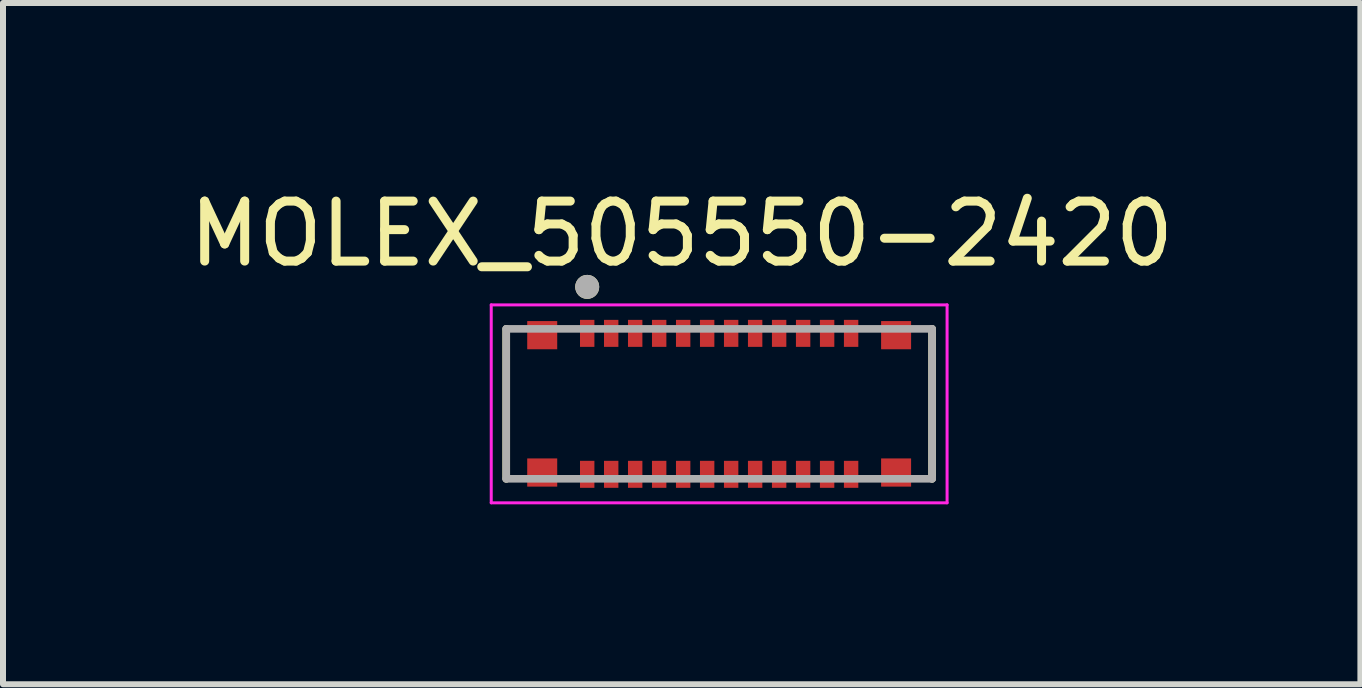
<source format=kicad_pcb>
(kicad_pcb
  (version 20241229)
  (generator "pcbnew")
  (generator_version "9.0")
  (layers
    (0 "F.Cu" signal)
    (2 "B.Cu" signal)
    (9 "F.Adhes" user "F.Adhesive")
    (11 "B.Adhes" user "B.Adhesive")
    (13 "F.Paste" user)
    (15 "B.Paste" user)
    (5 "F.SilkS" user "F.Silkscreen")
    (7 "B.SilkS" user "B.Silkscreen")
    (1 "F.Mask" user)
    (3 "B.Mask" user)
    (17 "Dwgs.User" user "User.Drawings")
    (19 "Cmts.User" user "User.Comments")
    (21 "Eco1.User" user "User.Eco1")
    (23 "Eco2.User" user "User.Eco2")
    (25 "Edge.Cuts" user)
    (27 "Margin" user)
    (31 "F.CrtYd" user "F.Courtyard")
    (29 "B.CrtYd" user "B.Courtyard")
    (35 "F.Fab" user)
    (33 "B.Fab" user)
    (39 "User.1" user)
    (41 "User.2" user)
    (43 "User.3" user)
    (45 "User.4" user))
  (footprint "MOLEX_505550-2420"
    (layer "F.Cu")
    (at 8.94 3.683)
    (property "Reference" "MOLEX_505550-2420" (at -0.625 -2.835 0) (layer "F.SilkS") (effects (font (size 1 1) (thickness 0.15))))
    (attr smd)
    (fp_poly (pts (xy -2.37 -1.45) (xy -2.03 -1.45) (xy -2.03 -0.9) (xy -2.37 -0.9)) (stroke (width 0.01) (type solid)) (fill yes) (layer "F.Mask"))
    (fp_poly (pts (xy -2.37 0.9) (xy -2.03 0.9) (xy -2.03 1.45) (xy -2.37 1.45)) (stroke (width 0.01) (type solid)) (fill yes) (layer "F.Mask"))
    (fp_poly (pts (xy -1.97 -1.45) (xy -1.63 -1.45) (xy -1.63 -0.9) (xy -1.97 -0.9)) (stroke (width 0.01) (type solid)) (fill yes) (layer "F.Mask"))
    (fp_poly (pts (xy -1.97 0.9) (xy -1.63 0.9) (xy -1.63 1.45) (xy -1.97 1.45)) (stroke (width 0.01) (type solid)) (fill yes) (layer "F.Mask"))
    (fp_poly (pts (xy -1.57 -1.45) (xy -1.23 -1.45) (xy -1.23 -0.9) (xy -1.57 -0.9)) (stroke (width 0.01) (type solid)) (fill yes) (layer "F.Mask"))
    (fp_poly (pts (xy -1.57 0.9) (xy -1.23 0.9) (xy -1.23 1.45) (xy -1.57 1.45)) (stroke (width 0.01) (type solid)) (fill yes) (layer "F.Mask"))
    (fp_poly (pts (xy -1.17 -1.45) (xy -0.83 -1.45) (xy -0.83 -0.9) (xy -1.17 -0.9)) (stroke (width 0.01) (type solid)) (fill yes) (layer "F.Mask"))
    (fp_poly (pts (xy -1.17 0.9) (xy -0.83 0.9) (xy -0.83 1.45) (xy -1.17 1.45)) (stroke (width 0.01) (type solid)) (fill yes) (layer "F.Mask"))
    (fp_poly (pts (xy -0.77 -1.45) (xy -0.43 -1.45) (xy -0.43 -0.9) (xy -0.77 -0.9)) (stroke (width 0.01) (type solid)) (fill yes) (layer "F.Mask"))
    (fp_poly (pts (xy -0.77 0.9) (xy -0.43 0.9) (xy -0.43 1.45) (xy -0.77 1.45)) (stroke (width 0.01) (type solid)) (fill yes) (layer "F.Mask"))
    (fp_poly (pts (xy -0.37 -1.45) (xy -0.03 -1.45) (xy -0.03 -0.9) (xy -0.37 -0.9)) (stroke (width 0.01) (type solid)) (fill yes) (layer "F.Mask"))
    (fp_poly (pts (xy -0.37 0.9) (xy -0.03 0.9) (xy -0.03 1.45) (xy -0.37 1.45)) (stroke (width 0.01) (type solid)) (fill yes) (layer "F.Mask"))
    (fp_poly (pts (xy 0.03 -1.45) (xy 0.37 -1.45) (xy 0.37 -0.9) (xy 0.03 -0.9)) (stroke (width 0.01) (type solid)) (fill yes) (layer "F.Mask"))
    (fp_poly (pts (xy 0.03 0.9) (xy 0.37 0.9) (xy 0.37 1.45) (xy 0.03 1.45)) (stroke (width 0.01) (type solid)) (fill yes) (layer "F.Mask"))
    (fp_poly (pts (xy 0.43 -1.45) (xy 0.77 -1.45) (xy 0.77 -0.9) (xy 0.43 -0.9)) (stroke (width 0.01) (type solid)) (fill yes) (layer "F.Mask"))
    (fp_poly (pts (xy 0.43 0.9) (xy 0.77 0.9) (xy 0.77 1.45) (xy 0.43 1.45)) (stroke (width 0.01) (type solid)) (fill yes) (layer "F.Mask"))
    (fp_poly (pts (xy 0.83 -1.45) (xy 1.17 -1.45) (xy 1.17 -0.9) (xy 0.83 -0.9)) (stroke (width 0.01) (type solid)) (fill yes) (layer "F.Mask"))
    (fp_poly (pts (xy 0.83 0.9) (xy 1.17 0.9) (xy 1.17 1.45) (xy 0.83 1.45)) (stroke (width 0.01) (type solid)) (fill yes) (layer "F.Mask"))
    (fp_poly (pts (xy 1.23 -1.45) (xy 1.57 -1.45) (xy 1.57 -0.9) (xy 1.23 -0.9)) (stroke (width 0.01) (type solid)) (fill yes) (layer "F.Mask"))
    (fp_poly (pts (xy 1.23 0.9) (xy 1.57 0.9) (xy 1.57 1.45) (xy 1.23 1.45)) (stroke (width 0.01) (type solid)) (fill yes) (layer "F.Mask"))
    (fp_poly (pts (xy 1.63 -1.45) (xy 1.97 -1.45) (xy 1.97 -0.9) (xy 1.63 -0.9)) (stroke (width 0.01) (type solid)) (fill yes) (layer "F.Mask"))
    (fp_poly (pts (xy 1.63 0.9) (xy 1.97 0.9) (xy 1.97 1.45) (xy 1.63 1.45)) (stroke (width 0.01) (type solid)) (fill yes) (layer "F.Mask"))
    (fp_poly (pts (xy 2.03 -1.45) (xy 2.37 -1.45) (xy 2.37 -0.9) (xy 2.03 -0.9)) (stroke (width 0.01) (type solid)) (fill yes) (layer "F.Mask"))
    (fp_poly (pts (xy 2.03 0.9) (xy 2.37 0.9) (xy 2.37 1.45) (xy 2.03 1.45)) (stroke (width 0.01) (type solid)) (fill yes) (layer "F.Mask"))
    (fp_line (start -3.55 1.25) (end -3.55 -1.25) (stroke (width 0.127) (type solid)) (layer "F.SilkS"))
    (fp_line (start 3.55 1.25) (end 3.55 -1.25) (stroke (width 0.127) (type solid)) (layer "F.SilkS"))
    (fp_circle (center -2.2 -1.95) (end -2.1 -1.95) (stroke (width 0.2) (type solid)) (fill no) (layer "F.SilkS"))
    (fp_line (start -3.8 -1.65) (end -3.8 1.65) (stroke (width 0.05) (type solid)) (layer "F.CrtYd"))
    (fp_line (start -3.8 1.65) (end 3.8 1.65) (stroke (width 0.05) (type solid)) (layer "F.CrtYd"))
    (fp_line (start 3.8 -1.65) (end -3.8 -1.65) (stroke (width 0.05) (type solid)) (layer "F.CrtYd"))
    (fp_line (start 3.8 1.65) (end 3.8 -1.65) (stroke (width 0.05) (type solid)) (layer "F.CrtYd"))
    (fp_line (start -3.55 -1.25) (end 3.55 -1.25) (stroke (width 0.127) (type solid)) (layer "F.Fab"))
    (fp_line (start -3.55 1.25) (end -3.55 -1.25) (stroke (width 0.127) (type solid)) (layer "F.Fab"))
    (fp_line (start 3.55 -1.25) (end 3.55 1.25) (stroke (width 0.127) (type solid)) (layer "F.Fab"))
    (fp_line (start 3.55 1.25) (end -3.55 1.25) (stroke (width 0.127) (type solid)) (layer "F.Fab"))
    (fp_circle (center -2.2 -1.95) (end -2.1 -1.95) (stroke (width 0.2) (type solid)) (fill no) (layer "F.Fab"))
    (pad "1" smd rect (at -2.2 -1.175) (size 0.24 0.45) (layers "F.Cu" "F.Paste"))
    (pad "2" smd rect (at -2.2 1.175) (size 0.24 0.45) (layers "F.Cu" "F.Paste"))
    (pad "3" smd rect (at -1.8 -1.175) (size 0.24 0.45) (layers "F.Cu" "F.Paste"))
    (pad "4" smd rect (at -1.8 1.175) (size 0.24 0.45) (layers "F.Cu" "F.Paste"))
    (pad "5" smd rect (at -1.4 -1.175) (size 0.24 0.45) (layers "F.Cu" "F.Paste"))
    (pad "6" smd rect (at -1.4 1.175) (size 0.24 0.45) (layers "F.Cu" "F.Paste"))
    (pad "7" smd rect (at -1 -1.175) (size 0.24 0.45) (layers "F.Cu" "F.Paste"))
    (pad "8" smd rect (at -1 1.175) (size 0.24 0.45) (layers "F.Cu" "F.Paste"))
    (pad "9" smd rect (at -0.6 -1.175) (size 0.24 0.45) (layers "F.Cu" "F.Paste"))
    (pad "10" smd rect (at -0.6 1.175) (size 0.24 0.45) (layers "F.Cu" "F.Paste"))
    (pad "11" smd rect (at -0.2 -1.175) (size 0.24 0.45) (layers "F.Cu" "F.Paste"))
    (pad "12" smd rect (at -0.2 1.175) (size 0.24 0.45) (layers "F.Cu" "F.Paste"))
    (pad "13" smd rect (at 0.2 -1.175) (size 0.24 0.45) (layers "F.Cu" "F.Paste"))
    (pad "14" smd rect (at 0.2 1.175) (size 0.24 0.45) (layers "F.Cu" "F.Paste"))
    (pad "15" smd rect (at 0.6 -1.175) (size 0.24 0.45) (layers "F.Cu" "F.Paste"))
    (pad "16" smd rect (at 0.6 1.175) (size 0.24 0.45) (layers "F.Cu" "F.Paste"))
    (pad "17" smd rect (at 1 -1.175) (size 0.24 0.45) (layers "F.Cu" "F.Paste"))
    (pad "18" smd rect (at 1 1.175) (size 0.24 0.45) (layers "F.Cu" "F.Paste"))
    (pad "19" smd rect (at 1.4 -1.175) (size 0.24 0.45) (layers "F.Cu" "F.Paste"))
    (pad "20" smd rect (at 1.4 1.175) (size 0.24 0.45) (layers "F.Cu" "F.Paste"))
    (pad "21" smd rect (at 1.8 -1.175) (size 0.24 0.45) (layers "F.Cu" "F.Paste"))
    (pad "22" smd rect (at 1.8 1.175) (size 0.24 0.45) (layers "F.Cu" "F.Paste"))
    (pad "23" smd rect (at 2.2 -1.175) (size 0.24 0.45) (layers "F.Cu" "F.Paste"))
    (pad "24" smd rect (at 2.2 1.175) (size 0.24 0.45) (layers "F.Cu" "F.Paste"))
    (pad "SH1" smd rect (at -2.95 1.145) (size 0.5 0.47) (layers "F.Cu" "F.Mask" "F.Paste"))
    (pad "SH2" smd rect (at 2.95 1.145) (size 0.5 0.47) (layers "F.Cu" "F.Mask" "F.Paste"))
    (pad "SH3" smd rect (at -2.95 -1.145) (size 0.5 0.47) (layers "F.Cu" "F.Mask" "F.Paste"))
    (pad "SH4" smd rect (at 2.95 -1.145) (size 0.5 0.47) (layers "F.Cu" "F.Mask" "F.Paste"))
    (zone (net_name "") (layer "F.Cu") (hatch full 0.508) (connect_pads) (min_thickness 0.01) (filled_areas_thickness no) (keepout (tracks not_allowed) (vias not_allowed) (pads not_allowed) (copperpour not_allowed) (footprints allowed)) (placement (enabled no)) (fill) (polygon (pts (xy 6.565 2.733) (xy 6.915 2.733) (xy 6.915 3.463) (xy 6.565 3.463))))
    (zone (net_name "") (layer "F.Cu") (hatch full 0.508) (connect_pads) (min_thickness 0.01) (filled_areas_thickness no) (keepout (tracks not_allowed) (vias not_allowed) (pads not_allowed) (copperpour not_allowed) (footprints allowed)) (placement (enabled no)) (fill) (polygon (pts (xy 6.565 3.903) (xy 6.915 3.903) (xy 6.915 4.633) (xy 6.565 4.633))))
    (zone (net_name "") (layer "F.Cu") (hatch full 0.508) (connect_pads) (min_thickness 0.01) (filled_areas_thickness no) (keepout (tracks not_allowed) (vias not_allowed) (pads not_allowed) (copperpour not_allowed) (footprints allowed)) (placement (enabled no)) (fill) (polygon (pts (xy 6.965 2.733) (xy 7.315 2.733) (xy 7.315 3.463) (xy 6.965 3.463))))
    (zone (net_name "") (layer "F.Cu") (hatch full 0.508) (connect_pads) (min_thickness 0.01) (filled_areas_thickness no) (keepout (tracks not_allowed) (vias not_allowed) (pads not_allowed) (copperpour not_allowed) (footprints allowed)) (placement (enabled no)) (fill) (polygon (pts (xy 6.965 3.903) (xy 7.315 3.903) (xy 7.315 4.633) (xy 6.965 4.633))))
    (zone (net_name "") (layer "F.Cu") (hatch full 0.508) (connect_pads) (min_thickness 0.01) (filled_areas_thickness no) (keepout (tracks not_allowed) (vias not_allowed) (pads not_allowed) (copperpour not_allowed) (footprints allowed)) (placement (enabled no)) (fill) (polygon (pts (xy 7.365 2.733) (xy 7.715 2.733) (xy 7.715 3.463) (xy 7.365 3.463))))
    (zone (net_name "") (layer "F.Cu") (hatch full 0.508) (connect_pads) (min_thickness 0.01) (filled_areas_thickness no) (keepout (tracks not_allowed) (vias not_allowed) (pads not_allowed) (copperpour not_allowed) (footprints allowed)) (placement (enabled no)) (fill) (polygon (pts (xy 7.365 3.903) (xy 7.715 3.903) (xy 7.715 4.633) (xy 7.365 4.633))))
    (zone (net_name "") (layer "F.Cu") (hatch full 0.508) (connect_pads) (min_thickness 0.01) (filled_areas_thickness no) (keepout (tracks not_allowed) (vias not_allowed) (pads not_allowed) (copperpour not_allowed) (footprints allowed)) (placement (enabled no)) (fill) (polygon (pts (xy 7.765 2.733) (xy 8.115 2.733) (xy 8.115 3.463) (xy 7.765 3.463))))
    (zone (net_name "") (layer "F.Cu") (hatch full 0.508) (connect_pads) (min_thickness 0.01) (filled_areas_thickness no) (keepout (tracks not_allowed) (vias not_allowed) (pads not_allowed) (copperpour not_allowed) (footprints allowed)) (placement (enabled no)) (fill) (polygon (pts (xy 7.765 3.903) (xy 8.115 3.903) (xy 8.115 4.633) (xy 7.765 4.633))))
    (zone (net_name "") (layer "F.Cu") (hatch full 0.508) (connect_pads) (min_thickness 0.01) (filled_areas_thickness no) (keepout (tracks not_allowed) (vias not_allowed) (pads not_allowed) (copperpour not_allowed) (footprints allowed)) (placement (enabled no)) (fill) (polygon (pts (xy 8.165 2.733) (xy 8.515 2.733) (xy 8.515 3.463) (xy 8.165 3.463))))
    (zone (net_name "") (layer "F.Cu") (hatch full 0.508) (connect_pads) (min_thickness 0.01) (filled_areas_thickness no) (keepout (tracks not_allowed) (vias not_allowed) (pads not_allowed) (copperpour not_allowed) (footprints allowed)) (placement (enabled no)) (fill) (polygon (pts (xy 8.165 3.903) (xy 8.515 3.903) (xy 8.515 4.633) (xy 8.165 4.633))))
    (zone (net_name "") (layer "F.Cu") (hatch full 0.508) (connect_pads) (min_thickness 0.01) (filled_areas_thickness no) (keepout (tracks not_allowed) (vias not_allowed) (pads not_allowed) (copperpour not_allowed) (footprints allowed)) (placement (enabled no)) (fill) (polygon (pts (xy 8.565 2.733) (xy 8.915 2.733) (xy 8.915 3.463) (xy 8.565 3.463))))
    (zone (net_name "") (layer "F.Cu") (hatch full 0.508) (connect_pads) (min_thickness 0.01) (filled_areas_thickness no) (keepout (tracks not_allowed) (vias not_allowed) (pads not_allowed) (copperpour not_allowed) (footprints allowed)) (placement (enabled no)) (fill) (polygon (pts (xy 8.565 3.903) (xy 8.915 3.903) (xy 8.915 4.633) (xy 8.565 4.633))))
    (zone (net_name "") (layer "F.Cu") (hatch full 0.508) (connect_pads) (min_thickness 0.01) (filled_areas_thickness no) (keepout (tracks not_allowed) (vias not_allowed) (pads not_allowed) (copperpour not_allowed) (footprints allowed)) (placement (enabled no)) (fill) (polygon (pts (xy 8.965 2.733) (xy 9.315 2.733) (xy 9.315 3.463) (xy 8.965 3.463))))
    (zone (net_name "") (layer "F.Cu") (hatch full 0.508) (connect_pads) (min_thickness 0.01) (filled_areas_thickness no) (keepout (tracks not_allowed) (vias not_allowed) (pads not_allowed) (copperpour not_allowed) (footprints allowed)) (placement (enabled no)) (fill) (polygon (pts (xy 8.965 3.903) (xy 9.315 3.903) (xy 9.315 4.633) (xy 8.965 4.633))))
    (zone (net_name "") (layer "F.Cu") (hatch full 0.508) (connect_pads) (min_thickness 0.01) (filled_areas_thickness no) (keepout (tracks not_allowed) (vias not_allowed) (pads not_allowed) (copperpour not_allowed) (footprints allowed)) (placement (enabled no)) (fill) (polygon (pts (xy 9.365 2.733) (xy 9.715 2.733) (xy 9.715 3.463) (xy 9.365 3.463))))
    (zone (net_name "") (layer "F.Cu") (hatch full 0.508) (connect_pads) (min_thickness 0.01) (filled_areas_thickness no) (keepout (tracks not_allowed) (vias not_allowed) (pads not_allowed) (copperpour not_allowed) (footprints allowed)) (placement (enabled no)) (fill) (polygon (pts (xy 9.365 3.903) (xy 9.715 3.903) (xy 9.715 4.633) (xy 9.365 4.633))))
    (zone (net_name "") (layer "F.Cu") (hatch full 0.508) (connect_pads) (min_thickness 0.01) (filled_areas_thickness no) (keepout (tracks not_allowed) (vias not_allowed) (pads not_allowed) (copperpour not_allowed) (footprints allowed)) (placement (enabled no)) (fill) (polygon (pts (xy 9.765 2.733) (xy 10.115 2.733) (xy 10.115 3.463) (xy 9.765 3.463))))
    (zone (net_name "") (layer "F.Cu") (hatch full 0.508) (connect_pads) (min_thickness 0.01) (filled_areas_thickness no) (keepout (tracks not_allowed) (vias not_allowed) (pads not_allowed) (copperpour not_allowed) (footprints allowed)) (placement (enabled no)) (fill) (polygon (pts (xy 9.765 3.903) (xy 10.115 3.903) (xy 10.115 4.633) (xy 9.765 4.633))))
    (zone (net_name "") (layer "F.Cu") (hatch full 0.508) (connect_pads) (min_thickness 0.01) (filled_areas_thickness no) (keepout (tracks not_allowed) (vias not_allowed) (pads not_allowed) (copperpour not_allowed) (footprints allowed)) (placement (enabled no)) (fill) (polygon (pts (xy 10.165 2.733) (xy 10.515 2.733) (xy 10.515 3.463) (xy 10.165 3.463))))
    (zone (net_name "") (layer "F.Cu") (hatch full 0.508) (connect_pads) (min_thickness 0.01) (filled_areas_thickness no) (keepout (tracks not_allowed) (vias not_allowed) (pads not_allowed) (copperpour not_allowed) (footprints allowed)) (placement (enabled no)) (fill) (polygon (pts (xy 10.165 3.903) (xy 10.515 3.903) (xy 10.515 4.633) (xy 10.165 4.633))))
    (zone (net_name "") (layer "F.Cu") (hatch full 0.508) (connect_pads) (min_thickness 0.01) (filled_areas_thickness no) (keepout (tracks not_allowed) (vias not_allowed) (pads not_allowed) (copperpour not_allowed) (footprints allowed)) (placement (enabled no)) (fill) (polygon (pts (xy 10.565 2.733) (xy 10.915 2.733) (xy 10.915 3.463) (xy 10.565 3.463))))
    (zone (net_name "") (layer "F.Cu") (hatch full 0.508) (connect_pads) (min_thickness 0.01) (filled_areas_thickness no) (keepout (tracks not_allowed) (vias not_allowed) (pads not_allowed) (copperpour not_allowed) (footprints allowed)) (placement (enabled no)) (fill) (polygon (pts (xy 10.565 3.903) (xy 10.915 3.903) (xy 10.915 4.633) (xy 10.565 4.633))))
    (zone (net_name "") (layer "F.Cu") (hatch full 0.508) (connect_pads) (min_thickness 0.01) (filled_areas_thickness no) (keepout (tracks not_allowed) (vias not_allowed) (pads not_allowed) (copperpour not_allowed) (footprints allowed)) (placement (enabled no)) (fill) (polygon (pts (xy 10.965 2.733) (xy 11.315 2.733) (xy 11.315 3.463) (xy 10.965 3.463))))
    (zone (net_name "") (layer "F.Cu") (hatch full 0.508) (connect_pads) (min_thickness 0.01) (filled_areas_thickness no) (keepout (tracks not_allowed) (vias not_allowed) (pads not_allowed) (copperpour not_allowed) (footprints allowed)) (placement (enabled no)) (fill) (polygon (pts (xy 10.965 3.903) (xy 11.315 3.903) (xy 11.315 4.633) (xy 10.965 4.633))))
    (zone (net_name "") (layers "F.Cu" "B.Cu") (hatch full 0.508) (connect_pads) (min_thickness 0.01) (filled_areas_thickness no) (keepout (tracks allowed) (vias not_allowed) (pads allowed) (copperpour allowed) (footprints allowed)) (placement (enabled no)) (fill) (polygon (pts (xy 6.565 2.733) (xy 6.915 2.733) (xy 6.915 3.463) (xy 6.565 3.463))))
    (zone (net_name "") (layers "F.Cu" "B.Cu") (hatch full 0.508) (connect_pads) (min_thickness 0.01) (filled_areas_thickness no) (keepout (tracks allowed) (vias not_allowed) (pads allowed) (copperpour allowed) (footprints allowed)) (placement (enabled no)) (fill) (polygon (pts (xy 6.565 3.903) (xy 6.915 3.903) (xy 6.915 4.633) (xy 6.565 4.633))))
    (zone (net_name "") (layers "F.Cu" "B.Cu") (hatch full 0.508) (connect_pads) (min_thickness 0.01) (filled_areas_thickness no) (keepout (tracks allowed) (vias not_allowed) (pads allowed) (copperpour allowed) (footprints allowed)) (placement (enabled no)) (fill) (polygon (pts (xy 6.965 2.733) (xy 7.315 2.733) (xy 7.315 3.463) (xy 6.965 3.463))))
    (zone (net_name "") (layers "F.Cu" "B.Cu") (hatch full 0.508) (connect_pads) (min_thickness 0.01) (filled_areas_thickness no) (keepout (tracks allowed) (vias not_allowed) (pads allowed) (copperpour allowed) (footprints allowed)) (placement (enabled no)) (fill) (polygon (pts (xy 6.965 3.903) (xy 7.315 3.903) (xy 7.315 4.633) (xy 6.965 4.633))))
    (zone (net_name "") (layers "F.Cu" "B.Cu") (hatch full 0.508) (connect_pads) (min_thickness 0.01) (filled_areas_thickness no) (keepout (tracks allowed) (vias not_allowed) (pads allowed) (copperpour allowed) (footprints allowed)) (placement (enabled no)) (fill) (polygon (pts (xy 7.365 2.733) (xy 7.715 2.733) (xy 7.715 3.463) (xy 7.365 3.463))))
    (zone (net_name "") (layers "F.Cu" "B.Cu") (hatch full 0.508) (connect_pads) (min_thickness 0.01) (filled_areas_thickness no) (keepout (tracks allowed) (vias not_allowed) (pads allowed) (copperpour allowed) (footprints allowed)) (placement (enabled no)) (fill) (polygon (pts (xy 7.365 3.903) (xy 7.715 3.903) (xy 7.715 4.633) (xy 7.365 4.633))))
    (zone (net_name "") (layers "F.Cu" "B.Cu") (hatch full 0.508) (connect_pads) (min_thickness 0.01) (filled_areas_thickness no) (keepout (tracks allowed) (vias not_allowed) (pads allowed) (copperpour allowed) (footprints allowed)) (placement (enabled no)) (fill) (polygon (pts (xy 7.765 2.733) (xy 8.115 2.733) (xy 8.115 3.463) (xy 7.765 3.463))))
    (zone (net_name "") (layers "F.Cu" "B.Cu") (hatch full 0.508) (connect_pads) (min_thickness 0.01) (filled_areas_thickness no) (keepout (tracks allowed) (vias not_allowed) (pads allowed) (copperpour allowed) (footprints allowed)) (placement (enabled no)) (fill) (polygon (pts (xy 7.765 3.903) (xy 8.115 3.903) (xy 8.115 4.633) (xy 7.765 4.633))))
    (zone (net_name "") (layers "F.Cu" "B.Cu") (hatch full 0.508) (connect_pads) (min_thickness 0.01) (filled_areas_thickness no) (keepout (tracks allowed) (vias not_allowed) (pads allowed) (copperpour allowed) (footprints allowed)) (placement (enabled no)) (fill) (polygon (pts (xy 8.165 2.733) (xy 8.515 2.733) (xy 8.515 3.463) (xy 8.165 3.463))))
    (zone (net_name "") (layers "F.Cu" "B.Cu") (hatch full 0.508) (connect_pads) (min_thickness 0.01) (filled_areas_thickness no) (keepout (tracks allowed) (vias not_allowed) (pads allowed) (copperpour allowed) (footprints allowed)) (placement (enabled no)) (fill) (polygon (pts (xy 8.165 3.903) (xy 8.515 3.903) (xy 8.515 4.633) (xy 8.165 4.633))))
    (zone (net_name "") (layers "F.Cu" "B.Cu") (hatch full 0.508) (connect_pads) (min_thickness 0.01) (filled_areas_thickness no) (keepout (tracks allowed) (vias not_allowed) (pads allowed) (copperpour allowed) (footprints allowed)) (placement (enabled no)) (fill) (polygon (pts (xy 8.565 2.733) (xy 8.915 2.733) (xy 8.915 3.463) (xy 8.565 3.463))))
    (zone (net_name "") (layers "F.Cu" "B.Cu") (hatch full 0.508) (connect_pads) (min_thickness 0.01) (filled_areas_thickness no) (keepout (tracks allowed) (vias not_allowed) (pads allowed) (copperpour allowed) (footprints allowed)) (placement (enabled no)) (fill) (polygon (pts (xy 8.565 3.903) (xy 8.915 3.903) (xy 8.915 4.633) (xy 8.565 4.633))))
    (zone (net_name "") (layers "F.Cu" "B.Cu") (hatch full 0.508) (connect_pads) (min_thickness 0.01) (filled_areas_thickness no) (keepout (tracks allowed) (vias not_allowed) (pads allowed) (copperpour allowed) (footprints allowed)) (placement (enabled no)) (fill) (polygon (pts (xy 8.965 2.733) (xy 9.315 2.733) (xy 9.315 3.463) (xy 8.965 3.463))))
    (zone (net_name "") (layers "F.Cu" "B.Cu") (hatch full 0.508) (connect_pads) (min_thickness 0.01) (filled_areas_thickness no) (keepout (tracks allowed) (vias not_allowed) (pads allowed) (copperpour allowed) (footprints allowed)) (placement (enabled no)) (fill) (polygon (pts (xy 8.965 3.903) (xy 9.315 3.903) (xy 9.315 4.633) (xy 8.965 4.633))))
    (zone (net_name "") (layers "F.Cu" "B.Cu") (hatch full 0.508) (connect_pads) (min_thickness 0.01) (filled_areas_thickness no) (keepout (tracks allowed) (vias not_allowed) (pads allowed) (copperpour allowed) (footprints allowed)) (placement (enabled no)) (fill) (polygon (pts (xy 9.365 2.733) (xy 9.715 2.733) (xy 9.715 3.463) (xy 9.365 3.463))))
    (zone (net_name "") (layers "F.Cu" "B.Cu") (hatch full 0.508) (connect_pads) (min_thickness 0.01) (filled_areas_thickness no) (keepout (tracks allowed) (vias not_allowed) (pads allowed) (copperpour allowed) (footprints allowed)) (placement (enabled no)) (fill) (polygon (pts (xy 9.365 3.903) (xy 9.715 3.903) (xy 9.715 4.633) (xy 9.365 4.633))))
    (zone (net_name "") (layers "F.Cu" "B.Cu") (hatch full 0.508) (connect_pads) (min_thickness 0.01) (filled_areas_thickness no) (keepout (tracks allowed) (vias not_allowed) (pads allowed) (copperpour allowed) (footprints allowed)) (placement (enabled no)) (fill) (polygon (pts (xy 9.765 2.733) (xy 10.115 2.733) (xy 10.115 3.463) (xy 9.765 3.463))))
    (zone (net_name "") (layers "F.Cu" "B.Cu") (hatch full 0.508) (connect_pads) (min_thickness 0.01) (filled_areas_thickness no) (keepout (tracks allowed) (vias not_allowed) (pads allowed) (copperpour allowed) (footprints allowed)) (placement (enabled no)) (fill) (polygon (pts (xy 9.765 3.903) (xy 10.115 3.903) (xy 10.115 4.633) (xy 9.765 4.633))))
    (zone (net_name "") (layers "F.Cu" "B.Cu") (hatch full 0.508) (connect_pads) (min_thickness 0.01) (filled_areas_thickness no) (keepout (tracks allowed) (vias not_allowed) (pads allowed) (copperpour allowed) (footprints allowed)) (placement (enabled no)) (fill) (polygon (pts (xy 10.165 2.733) (xy 10.515 2.733) (xy 10.515 3.463) (xy 10.165 3.463))))
    (zone (net_name "") (layers "F.Cu" "B.Cu") (hatch full 0.508) (connect_pads) (min_thickness 0.01) (filled_areas_thickness no) (keepout (tracks allowed) (vias not_allowed) (pads allowed) (copperpour allowed) (footprints allowed)) (placement (enabled no)) (fill) (polygon (pts (xy 10.165 3.903) (xy 10.515 3.903) (xy 10.515 4.633) (xy 10.165 4.633))))
    (zone (net_name "") (layers "F.Cu" "B.Cu") (hatch full 0.508) (connect_pads) (min_thickness 0.01) (filled_areas_thickness no) (keepout (tracks allowed) (vias not_allowed) (pads allowed) (copperpour allowed) (footprints allowed)) (placement (enabled no)) (fill) (polygon (pts (xy 10.565 2.733) (xy 10.915 2.733) (xy 10.915 3.463) (xy 10.565 3.463))))
    (zone (net_name "") (layers "F.Cu" "B.Cu") (hatch full 0.508) (connect_pads) (min_thickness 0.01) (filled_areas_thickness no) (keepout (tracks allowed) (vias not_allowed) (pads allowed) (copperpour allowed) (footprints allowed)) (placement (enabled no)) (fill) (polygon (pts (xy 10.565 3.903) (xy 10.915 3.903) (xy 10.915 4.633) (xy 10.565 4.633))))
    (zone (net_name "") (layers "F.Cu" "B.Cu") (hatch full 0.508) (connect_pads) (min_thickness 0.01) (filled_areas_thickness no) (keepout (tracks allowed) (vias not_allowed) (pads allowed) (copperpour allowed) (footprints allowed)) (placement (enabled no)) (fill) (polygon (pts (xy 10.965 2.733) (xy 11.315 2.733) (xy 11.315 3.463) (xy 10.965 3.463))))
    (zone (net_name "") (layers "F.Cu" "B.Cu") (hatch full 0.508) (connect_pads) (min_thickness 0.01) (filled_areas_thickness no) (keepout (tracks allowed) (vias not_allowed) (pads allowed) (copperpour allowed) (footprints allowed)) (placement (enabled no)) (fill) (polygon (pts (xy 10.965 3.903) (xy 11.315 3.903) (xy 11.315 4.633) (xy 10.965 4.633)))))
  (gr_rect
    (start -3 -3)
    (end 19.631 8.358)
    (stroke (width 0.1) (type default))
    (fill no)
    (layer "Edge.Cuts")))
</source>
